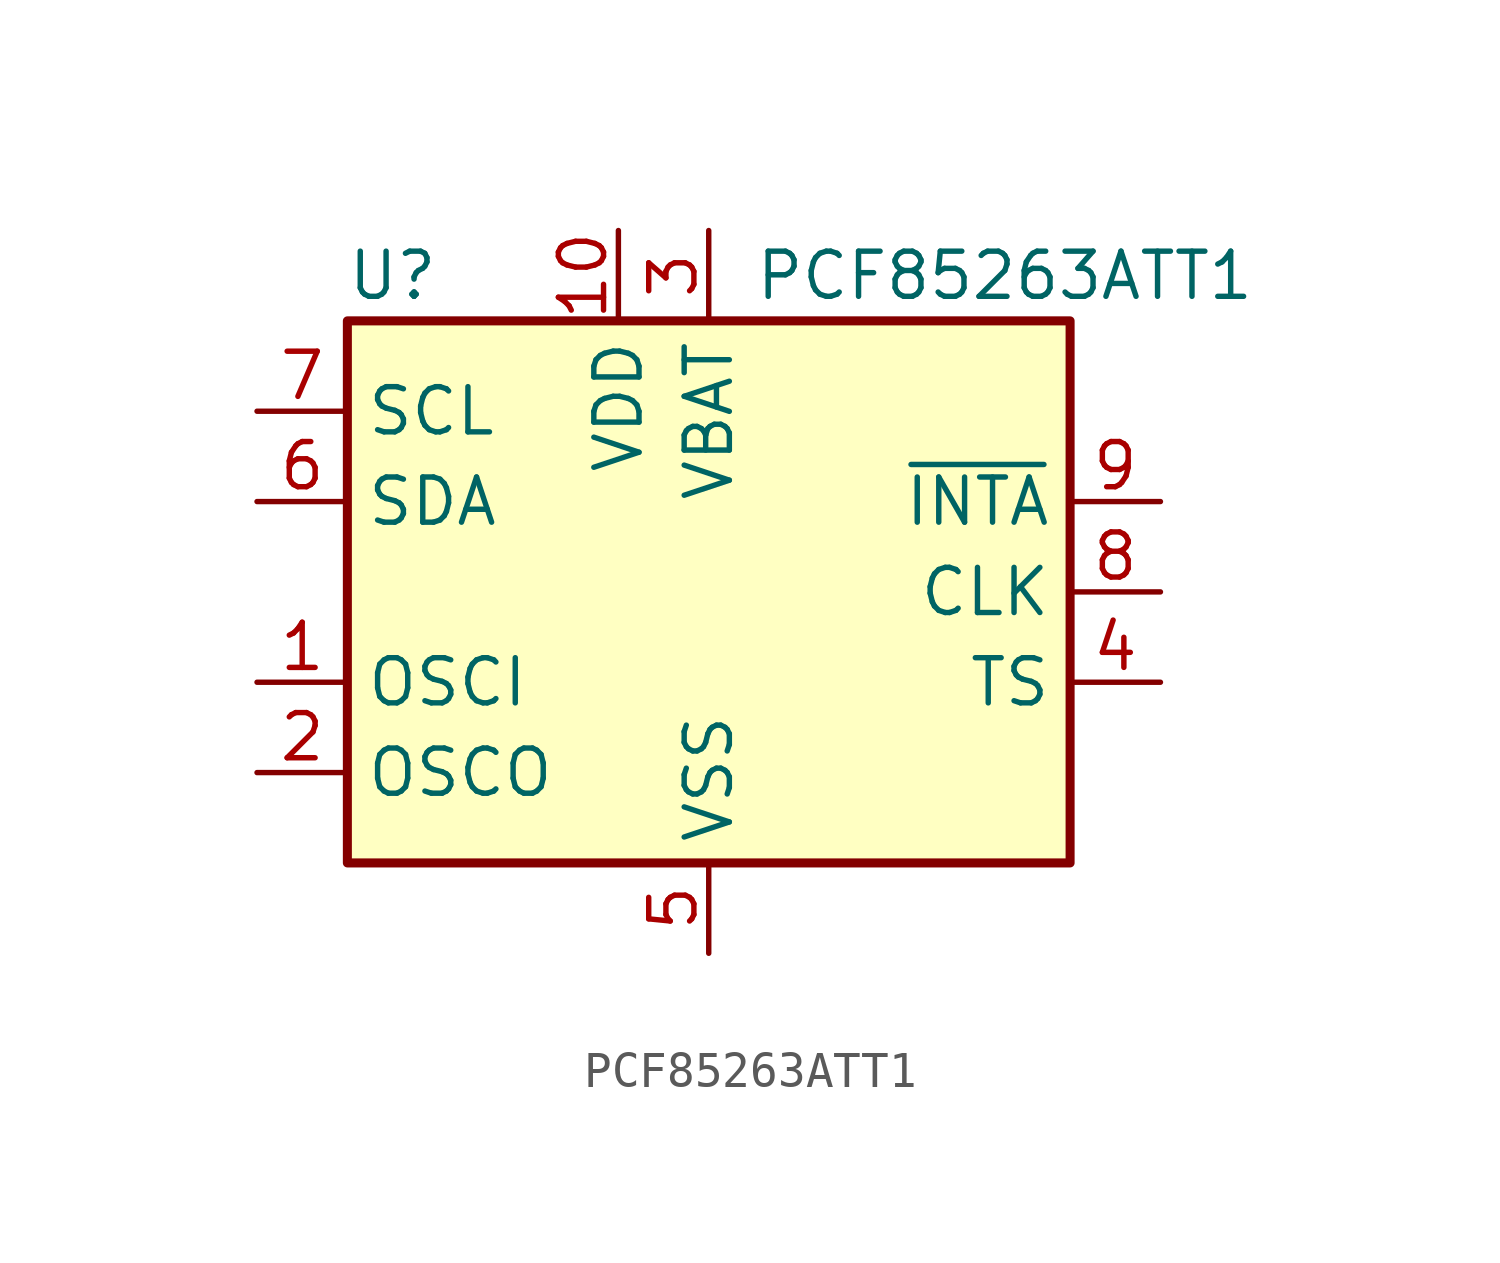
<source format=kicad_sym>
(kicad_symbol_lib
  (version 20211014)
  (generator kicad_symbol_editor)
  (symbol "PCF85263ATT1"
    (property "Reference" "U"
      (at -8.89 8.89 0)
      (effects (font (size 1.27 1.27))))
    (property "Value" "PCF85263ATT1"
      (at 1.27 8.89 0)
      (effects (font (size 1.27 1.27)) (justify left)))
    (symbol "PCF85263ATT1_0_1"
      (rectangle (start -10.16 7.62) (end 10.16 -7.62) (stroke (width 0.254) (type default) (color 0 0 0 0)) (fill (type background))))
    (symbol "PCF85263ATT1_1_1"
      (pin input line (at -12.7 -2.54 0) (length 2.54) (name "OSCI" (effects (font (size 1.27 1.27)))) (number "1" (effects (font (size 1.27 1.27)))))
      (pin power_in line (at -2.54 10.16 270) (length 2.54) (name "VDD" (effects (font (size 1.27 1.27)))) (number "10" (effects (font (size 1.27 1.27)))))
      (pin output line (at -12.7 -5.08 0) (length 2.54) (name "OSCO" (effects (font (size 1.27 1.27)))) (number "2" (effects (font (size 1.27 1.27)))))
      (pin power_in line (at 0 10.16 270) (length 2.54) (name "VBAT" (effects (font (size 1.27 1.27)))) (number "3" (effects (font (size 1.27 1.27)))))
      (pin bidirectional line (at 12.7 -2.54 180) (length 2.54) (name "TS" (effects (font (size 1.27 1.27)))) (number "4" (effects (font (size 1.27 1.27)))))
      (pin power_in line (at 0 -10.16 90) (length 2.54) (name "VSS" (effects (font (size 1.27 1.27)))) (number "5" (effects (font (size 1.27 1.27)))))
      (pin bidirectional line (at -12.7 2.54 0) (length 2.54) (name "SDA" (effects (font (size 1.27 1.27)))) (number "6" (effects (font (size 1.27 1.27)))))
      (pin input line (at -12.7 5.08 0) (length 2.54) (name "SCL" (effects (font (size 1.27 1.27)))) (number "7" (effects (font (size 1.27 1.27)))))
      (pin output line (at 12.7 0 180) (length 2.54) (name "CLK" (effects (font (size 1.27 1.27)))) (number "8" (effects (font (size 1.27 1.27)))))
      (pin open_collector line (at 12.7 2.54 180) (length 2.54) (name "~{INTA}" (effects (font (size 1.27 1.27)))) (number "9" (effects (font (size 1.27 1.27))))))))
</source>
